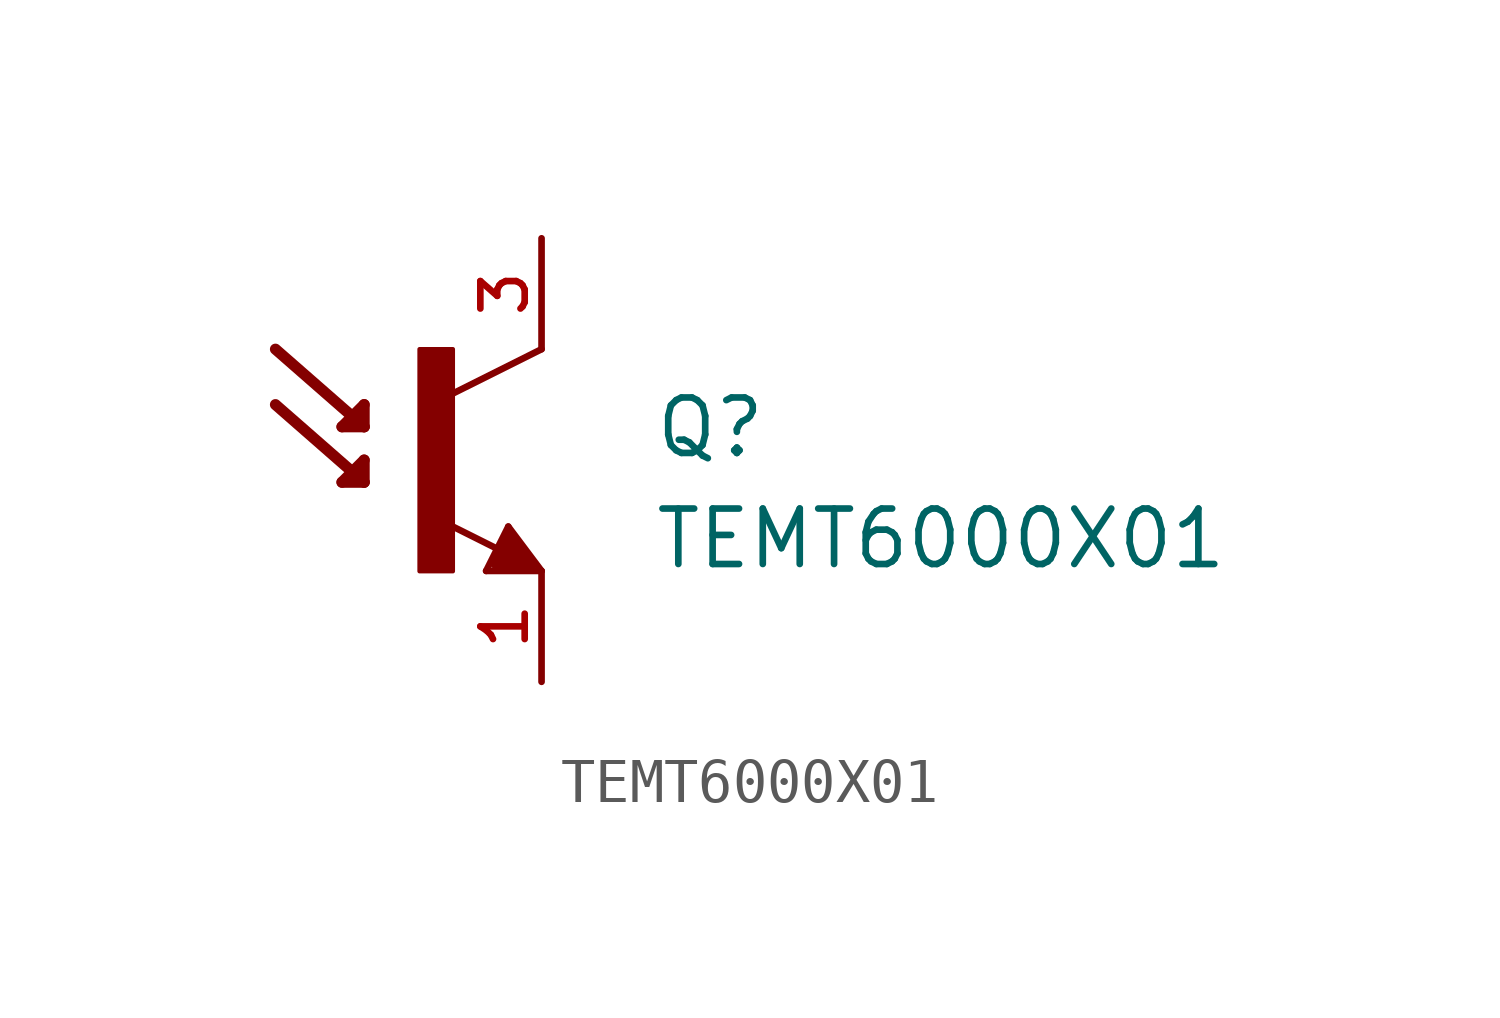
<source format=kicad_sym>
(kicad_symbol_lib
  (version 20211014)
  (generator kicad_symbol_editor)
  (symbol "TEMT6000X01"
    (pin_names
      (offset 1.016))
    (property "Reference" "Q"
      (at 5.1 0 0)
      (effects (font (size 1.27 1.27)) (justify left bottom)))
    (property "Value" "TEMT6000X01"
      (at 5.089 -2.544 0)
      (effects (font (size 1.27 1.27)) (justify left bottom)))
    (symbol "TEMT6000X01_0_0"
      (rectangle (start -0.255 -2.547) (end 0.508 2.54) (stroke (width 0.1) (type default) (color 0 0 0 0)) (fill (type outline)))
      (polyline (pts (xy -3.556 1.27) (xy -1.524 -0.508)) (stroke (width 0.254) (type default) (color 0 0 0 0)) (fill (type none)))
      (polyline (pts (xy -3.556 2.54) (xy -1.524 0.762)) (stroke (width 0.254) (type default) (color 0 0 0 0)) (fill (type none)))
      (polyline (pts (xy -2.032 -0.508) (xy -1.524 0)) (stroke (width 0.254) (type default) (color 0 0 0 0)) (fill (type none)))
      (polyline (pts (xy -2.032 0.762) (xy -1.524 1.27)) (stroke (width 0.254) (type default) (color 0 0 0 0)) (fill (type none)))
      (polyline (pts (xy -1.524 -0.508) (xy -2.032 -0.508)) (stroke (width 0.254) (type default) (color 0 0 0 0)) (fill (type none)))
      (polyline (pts (xy -1.524 0) (xy -1.524 -0.508)) (stroke (width 0.254) (type default) (color 0 0 0 0)) (fill (type none)))
      (polyline (pts (xy -1.524 0.762) (xy -2.032 0.762)) (stroke (width 0.254) (type default) (color 0 0 0 0)) (fill (type none)))
      (polyline (pts (xy -1.524 1.27) (xy -1.524 0.762)) (stroke (width 0.254) (type default) (color 0 0 0 0)) (fill (type none)))
      (polyline (pts (xy 1.27 -2.54) (xy 1.778 -1.524)) (stroke (width 0.152) (type default) (color 0 0 0 0)) (fill (type none)))
      (polyline (pts (xy 1.524 -2.413) (xy 2.286 -2.413)) (stroke (width 0.254) (type default) (color 0 0 0 0)) (fill (type none)))
      (polyline (pts (xy 1.524 -2.286) (xy 1.905 -2.286)) (stroke (width 0.254) (type default) (color 0 0 0 0)) (fill (type none)))
      (polyline (pts (xy 1.54 -2.04) (xy 0.308 -1.424)) (stroke (width 0.152) (type default) (color 0 0 0 0)) (fill (type none)))
      (polyline (pts (xy 1.778 -1.778) (xy 1.524 -2.286)) (stroke (width 0.254) (type default) (color 0 0 0 0)) (fill (type none)))
      (polyline (pts (xy 1.778 -1.524) (xy 2.54 -2.54)) (stroke (width 0.152) (type default) (color 0 0 0 0)) (fill (type none)))
      (polyline (pts (xy 1.905 -2.286) (xy 1.778 -2.032)) (stroke (width 0.254) (type default) (color 0 0 0 0)) (fill (type none)))
      (polyline (pts (xy 2.286 -2.413) (xy 1.778 -1.778)) (stroke (width 0.254) (type default) (color 0 0 0 0)) (fill (type none)))
      (polyline (pts (xy 2.54 -2.54) (xy 1.27 -2.54)) (stroke (width 0.152) (type default) (color 0 0 0 0)) (fill (type none)))
      (polyline (pts (xy 2.54 2.54) (xy 0.508 1.524)) (stroke (width 0.152) (type default) (color 0 0 0 0)) (fill (type none)))
      (pin passive line (at 2.54 -5.08 90) (length 2.54) (name "~" (effects (font (size 1.016 1.016)))) (number "1" (effects (font (size 1.016 1.016)))))
      (pin passive line (at 2.54 5.08 270) (length 2.54) (name "~" (effects (font (size 1.016 1.016)))) (number "3" (effects (font (size 1.016 1.016))))))))
</source>
